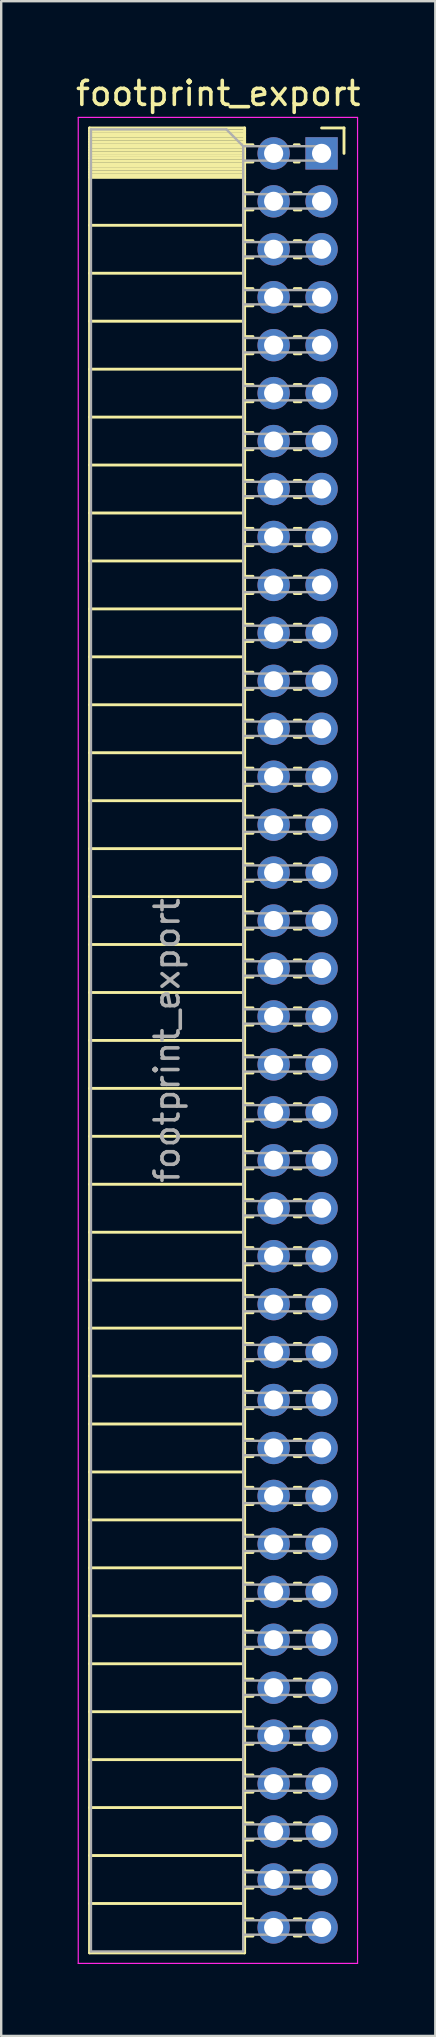
<source format=kicad_pcb>
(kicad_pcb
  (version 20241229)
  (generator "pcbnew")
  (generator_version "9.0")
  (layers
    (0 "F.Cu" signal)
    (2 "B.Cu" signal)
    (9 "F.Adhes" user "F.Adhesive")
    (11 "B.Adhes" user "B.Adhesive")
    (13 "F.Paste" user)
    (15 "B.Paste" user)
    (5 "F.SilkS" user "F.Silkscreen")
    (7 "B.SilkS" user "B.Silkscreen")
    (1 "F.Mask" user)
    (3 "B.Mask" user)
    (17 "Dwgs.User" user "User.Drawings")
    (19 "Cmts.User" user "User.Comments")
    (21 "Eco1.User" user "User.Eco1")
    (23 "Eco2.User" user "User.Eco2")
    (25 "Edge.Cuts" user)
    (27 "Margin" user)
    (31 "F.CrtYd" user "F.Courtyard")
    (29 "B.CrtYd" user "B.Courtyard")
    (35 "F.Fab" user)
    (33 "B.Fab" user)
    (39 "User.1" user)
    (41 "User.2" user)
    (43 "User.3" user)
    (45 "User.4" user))
  (footprint "footprint_export"
    (layer "F.Cu")
    (at 10.364 3.348)
    (property "Reference" "footprint_export" (at -4.31 -2.5 0) (layer "F.SilkS") (effects (font (size 1 1) (thickness 0.15))))
    (attr through_hole)
    (fp_line (start -9.68 -1.06) (end -9.68 75.06) (stroke (width 0.12) (type solid)) (layer "F.SilkS"))
    (fp_line (start -9.68 -1.06) (end -3.21 -1.06) (stroke (width 0.12) (type solid)) (layer "F.SilkS"))
    (fp_line (start -9.68 -0.94) (end -3.21 -0.94) (stroke (width 0.12) (type solid)) (layer "F.SilkS"))
    (fp_line (start -9.68 -0.826) (end -3.21 -0.826) (stroke (width 0.12) (type solid)) (layer "F.SilkS"))
    (fp_line (start -9.68 -0.712) (end -3.21 -0.712) (stroke (width 0.12) (type solid)) (layer "F.SilkS"))
    (fp_line (start -9.68 -0.598) (end -3.21 -0.598) (stroke (width 0.12) (type solid)) (layer "F.SilkS"))
    (fp_line (start -9.68 -0.484) (end -3.21 -0.484) (stroke (width 0.12) (type solid)) (layer "F.SilkS"))
    (fp_line (start -9.68 -0.369) (end -3.21 -0.369) (stroke (width 0.12) (type solid)) (layer "F.SilkS"))
    (fp_line (start -9.68 -0.255) (end -3.21 -0.255) (stroke (width 0.12) (type solid)) (layer "F.SilkS"))
    (fp_line (start -9.68 -0.141) (end -3.21 -0.141) (stroke (width 0.12) (type solid)) (layer "F.SilkS"))
    (fp_line (start -9.68 -0.027) (end -3.21 -0.027) (stroke (width 0.12) (type solid)) (layer "F.SilkS"))
    (fp_line (start -9.68 0.087) (end -3.21 0.087) (stroke (width 0.12) (type solid)) (layer "F.SilkS"))
    (fp_line (start -9.68 0.201) (end -3.21 0.201) (stroke (width 0.12) (type solid)) (layer "F.SilkS"))
    (fp_line (start -9.68 0.315) (end -3.21 0.315) (stroke (width 0.12) (type solid)) (layer "F.SilkS"))
    (fp_line (start -9.68 0.429) (end -3.21 0.429) (stroke (width 0.12) (type solid)) (layer "F.SilkS"))
    (fp_line (start -9.68 0.544) (end -3.21 0.544) (stroke (width 0.12) (type solid)) (layer "F.SilkS"))
    (fp_line (start -9.68 0.658) (end -3.21 0.658) (stroke (width 0.12) (type solid)) (layer "F.SilkS"))
    (fp_line (start -9.68 0.772) (end -3.21 0.772) (stroke (width 0.12) (type solid)) (layer "F.SilkS"))
    (fp_line (start -9.68 0.886) (end -3.21 0.886) (stroke (width 0.12) (type solid)) (layer "F.SilkS"))
    (fp_line (start -9.68 1) (end -3.21 1) (stroke (width 0.12) (type solid)) (layer "F.SilkS"))
    (fp_line (start -9.68 3) (end -3.21 3) (stroke (width 0.12) (type solid)) (layer "F.SilkS"))
    (fp_line (start -9.68 5) (end -3.21 5) (stroke (width 0.12) (type solid)) (layer "F.SilkS"))
    (fp_line (start -9.68 7) (end -3.21 7) (stroke (width 0.12) (type solid)) (layer "F.SilkS"))
    (fp_line (start -9.68 9) (end -3.21 9) (stroke (width 0.12) (type solid)) (layer "F.SilkS"))
    (fp_line (start -9.68 11) (end -3.21 11) (stroke (width 0.12) (type solid)) (layer "F.SilkS"))
    (fp_line (start -9.68 13) (end -3.21 13) (stroke (width 0.12) (type solid)) (layer "F.SilkS"))
    (fp_line (start -9.68 15) (end -3.21 15) (stroke (width 0.12) (type solid)) (layer "F.SilkS"))
    (fp_line (start -9.68 17) (end -3.21 17) (stroke (width 0.12) (type solid)) (layer "F.SilkS"))
    (fp_line (start -9.68 19) (end -3.21 19) (stroke (width 0.12) (type solid)) (layer "F.SilkS"))
    (fp_line (start -9.68 21) (end -3.21 21) (stroke (width 0.12) (type solid)) (layer "F.SilkS"))
    (fp_line (start -9.68 23) (end -3.21 23) (stroke (width 0.12) (type solid)) (layer "F.SilkS"))
    (fp_line (start -9.68 25) (end -3.21 25) (stroke (width 0.12) (type solid)) (layer "F.SilkS"))
    (fp_line (start -9.68 27) (end -3.21 27) (stroke (width 0.12) (type solid)) (layer "F.SilkS"))
    (fp_line (start -9.68 29) (end -3.21 29) (stroke (width 0.12) (type solid)) (layer "F.SilkS"))
    (fp_line (start -9.68 31) (end -3.21 31) (stroke (width 0.12) (type solid)) (layer "F.SilkS"))
    (fp_line (start -9.68 33) (end -3.21 33) (stroke (width 0.12) (type solid)) (layer "F.SilkS"))
    (fp_line (start -9.68 35) (end -3.21 35) (stroke (width 0.12) (type solid)) (layer "F.SilkS"))
    (fp_line (start -9.68 37) (end -3.21 37) (stroke (width 0.12) (type solid)) (layer "F.SilkS"))
    (fp_line (start -9.68 39) (end -3.21 39) (stroke (width 0.12) (type solid)) (layer "F.SilkS"))
    (fp_line (start -9.68 41) (end -3.21 41) (stroke (width 0.12) (type solid)) (layer "F.SilkS"))
    (fp_line (start -9.68 43) (end -3.21 43) (stroke (width 0.12) (type solid)) (layer "F.SilkS"))
    (fp_line (start -9.68 45) (end -3.21 45) (stroke (width 0.12) (type solid)) (layer "F.SilkS"))
    (fp_line (start -9.68 47) (end -3.21 47) (stroke (width 0.12) (type solid)) (layer "F.SilkS"))
    (fp_line (start -9.68 49) (end -3.21 49) (stroke (width 0.12) (type solid)) (layer "F.SilkS"))
    (fp_line (start -9.68 51) (end -3.21 51) (stroke (width 0.12) (type solid)) (layer "F.SilkS"))
    (fp_line (start -9.68 53) (end -3.21 53) (stroke (width 0.12) (type solid)) (layer "F.SilkS"))
    (fp_line (start -9.68 55) (end -3.21 55) (stroke (width 0.12) (type solid)) (layer "F.SilkS"))
    (fp_line (start -9.68 57) (end -3.21 57) (stroke (width 0.12) (type solid)) (layer "F.SilkS"))
    (fp_line (start -9.68 59) (end -3.21 59) (stroke (width 0.12) (type solid)) (layer "F.SilkS"))
    (fp_line (start -9.68 61) (end -3.21 61) (stroke (width 0.12) (type solid)) (layer "F.SilkS"))
    (fp_line (start -9.68 63) (end -3.21 63) (stroke (width 0.12) (type solid)) (layer "F.SilkS"))
    (fp_line (start -9.68 65) (end -3.21 65) (stroke (width 0.12) (type solid)) (layer "F.SilkS"))
    (fp_line (start -9.68 67) (end -3.21 67) (stroke (width 0.12) (type solid)) (layer "F.SilkS"))
    (fp_line (start -9.68 69) (end -3.21 69) (stroke (width 0.12) (type solid)) (layer "F.SilkS"))
    (fp_line (start -9.68 71) (end -3.21 71) (stroke (width 0.12) (type solid)) (layer "F.SilkS"))
    (fp_line (start -9.68 73) (end -3.21 73) (stroke (width 0.12) (type solid)) (layer "F.SilkS"))
    (fp_line (start -9.68 75.06) (end -3.21 75.06) (stroke (width 0.12) (type solid)) (layer "F.SilkS"))
    (fp_line (start -3.21 -1.06) (end -3.21 75.06) (stroke (width 0.12) (type solid)) (layer "F.SilkS"))
    (fp_line (start -3.21 -0.36) (end -2.863 -0.36) (stroke (width 0.12) (type solid)) (layer "F.SilkS"))
    (fp_line (start -3.21 0.36) (end -2.863 0.36) (stroke (width 0.12) (type solid)) (layer "F.SilkS"))
    (fp_line (start -3.21 1.64) (end -2.863 1.64) (stroke (width 0.12) (type solid)) (layer "F.SilkS"))
    (fp_line (start -3.21 2.36) (end -2.863 2.36) (stroke (width 0.12) (type solid)) (layer "F.SilkS"))
    (fp_line (start -3.21 3.64) (end -2.863 3.64) (stroke (width 0.12) (type solid)) (layer "F.SilkS"))
    (fp_line (start -3.21 4.36) (end -2.863 4.36) (stroke (width 0.12) (type solid)) (layer "F.SilkS"))
    (fp_line (start -3.21 5.64) (end -2.863 5.64) (stroke (width 0.12) (type solid)) (layer "F.SilkS"))
    (fp_line (start -3.21 6.36) (end -2.863 6.36) (stroke (width 0.12) (type solid)) (layer "F.SilkS"))
    (fp_line (start -3.21 7.64) (end -2.863 7.64) (stroke (width 0.12) (type solid)) (layer "F.SilkS"))
    (fp_line (start -3.21 8.36) (end -2.863 8.36) (stroke (width 0.12) (type solid)) (layer "F.SilkS"))
    (fp_line (start -3.21 9.64) (end -2.863 9.64) (stroke (width 0.12) (type solid)) (layer "F.SilkS"))
    (fp_line (start -3.21 10.36) (end -2.863 10.36) (stroke (width 0.12) (type solid)) (layer "F.SilkS"))
    (fp_line (start -3.21 11.64) (end -2.863 11.64) (stroke (width 0.12) (type solid)) (layer "F.SilkS"))
    (fp_line (start -3.21 12.36) (end -2.863 12.36) (stroke (width 0.12) (type solid)) (layer "F.SilkS"))
    (fp_line (start -3.21 13.64) (end -2.863 13.64) (stroke (width 0.12) (type solid)) (layer "F.SilkS"))
    (fp_line (start -3.21 14.36) (end -2.863 14.36) (stroke (width 0.12) (type solid)) (layer "F.SilkS"))
    (fp_line (start -3.21 15.64) (end -2.863 15.64) (stroke (width 0.12) (type solid)) (layer "F.SilkS"))
    (fp_line (start -3.21 16.36) (end -2.863 16.36) (stroke (width 0.12) (type solid)) (layer "F.SilkS"))
    (fp_line (start -3.21 17.64) (end -2.863 17.64) (stroke (width 0.12) (type solid)) (layer "F.SilkS"))
    (fp_line (start -3.21 18.36) (end -2.863 18.36) (stroke (width 0.12) (type solid)) (layer "F.SilkS"))
    (fp_line (start -3.21 19.64) (end -2.863 19.64) (stroke (width 0.12) (type solid)) (layer "F.SilkS"))
    (fp_line (start -3.21 20.36) (end -2.863 20.36) (stroke (width 0.12) (type solid)) (layer "F.SilkS"))
    (fp_line (start -3.21 21.64) (end -2.863 21.64) (stroke (width 0.12) (type solid)) (layer "F.SilkS"))
    (fp_line (start -3.21 22.36) (end -2.863 22.36) (stroke (width 0.12) (type solid)) (layer "F.SilkS"))
    (fp_line (start -3.21 23.64) (end -2.863 23.64) (stroke (width 0.12) (type solid)) (layer "F.SilkS"))
    (fp_line (start -3.21 24.36) (end -2.863 24.36) (stroke (width 0.12) (type solid)) (layer "F.SilkS"))
    (fp_line (start -3.21 25.64) (end -2.863 25.64) (stroke (width 0.12) (type solid)) (layer "F.SilkS"))
    (fp_line (start -3.21 26.36) (end -2.863 26.36) (stroke (width 0.12) (type solid)) (layer "F.SilkS"))
    (fp_line (start -3.21 27.64) (end -2.863 27.64) (stroke (width 0.12) (type solid)) (layer "F.SilkS"))
    (fp_line (start -3.21 28.36) (end -2.863 28.36) (stroke (width 0.12) (type solid)) (layer "F.SilkS"))
    (fp_line (start -3.21 29.64) (end -2.863 29.64) (stroke (width 0.12) (type solid)) (layer "F.SilkS"))
    (fp_line (start -3.21 30.36) (end -2.863 30.36) (stroke (width 0.12) (type solid)) (layer "F.SilkS"))
    (fp_line (start -3.21 31.64) (end -2.863 31.64) (stroke (width 0.12) (type solid)) (layer "F.SilkS"))
    (fp_line (start -3.21 32.36) (end -2.863 32.36) (stroke (width 0.12) (type solid)) (layer "F.SilkS"))
    (fp_line (start -3.21 33.64) (end -2.863 33.64) (stroke (width 0.12) (type solid)) (layer "F.SilkS"))
    (fp_line (start -3.21 34.36) (end -2.863 34.36) (stroke (width 0.12) (type solid)) (layer "F.SilkS"))
    (fp_line (start -3.21 35.64) (end -2.863 35.64) (stroke (width 0.12) (type solid)) (layer "F.SilkS"))
    (fp_line (start -3.21 36.36) (end -2.863 36.36) (stroke (width 0.12) (type solid)) (layer "F.SilkS"))
    (fp_line (start -3.21 37.64) (end -2.863 37.64) (stroke (width 0.12) (type solid)) (layer "F.SilkS"))
    (fp_line (start -3.21 38.36) (end -2.863 38.36) (stroke (width 0.12) (type solid)) (layer "F.SilkS"))
    (fp_line (start -3.21 39.64) (end -2.863 39.64) (stroke (width 0.12) (type solid)) (layer "F.SilkS"))
    (fp_line (start -3.21 40.36) (end -2.863 40.36) (stroke (width 0.12) (type solid)) (layer "F.SilkS"))
    (fp_line (start -3.21 41.64) (end -2.863 41.64) (stroke (width 0.12) (type solid)) (layer "F.SilkS"))
    (fp_line (start -3.21 42.36) (end -2.863 42.36) (stroke (width 0.12) (type solid)) (layer "F.SilkS"))
    (fp_line (start -3.21 43.64) (end -2.863 43.64) (stroke (width 0.12) (type solid)) (layer "F.SilkS"))
    (fp_line (start -3.21 44.36) (end -2.863 44.36) (stroke (width 0.12) (type solid)) (layer "F.SilkS"))
    (fp_line (start -3.21 45.64) (end -2.863 45.64) (stroke (width 0.12) (type solid)) (layer "F.SilkS"))
    (fp_line (start -3.21 46.36) (end -2.863 46.36) (stroke (width 0.12) (type solid)) (layer "F.SilkS"))
    (fp_line (start -3.21 47.64) (end -2.863 47.64) (stroke (width 0.12) (type solid)) (layer "F.SilkS"))
    (fp_line (start -3.21 48.36) (end -2.863 48.36) (stroke (width 0.12) (type solid)) (layer "F.SilkS"))
    (fp_line (start -3.21 49.64) (end -2.863 49.64) (stroke (width 0.12) (type solid)) (layer "F.SilkS"))
    (fp_line (start -3.21 50.36) (end -2.863 50.36) (stroke (width 0.12) (type solid)) (layer "F.SilkS"))
    (fp_line (start -3.21 51.64) (end -2.863 51.64) (stroke (width 0.12) (type solid)) (layer "F.SilkS"))
    (fp_line (start -3.21 52.36) (end -2.863 52.36) (stroke (width 0.12) (type solid)) (layer "F.SilkS"))
    (fp_line (start -3.21 53.64) (end -2.863 53.64) (stroke (width 0.12) (type solid)) (layer "F.SilkS"))
    (fp_line (start -3.21 54.36) (end -2.863 54.36) (stroke (width 0.12) (type solid)) (layer "F.SilkS"))
    (fp_line (start -3.21 55.64) (end -2.863 55.64) (stroke (width 0.12) (type solid)) (layer "F.SilkS"))
    (fp_line (start -3.21 56.36) (end -2.863 56.36) (stroke (width 0.12) (type solid)) (layer "F.SilkS"))
    (fp_line (start -3.21 57.64) (end -2.863 57.64) (stroke (width 0.12) (type solid)) (layer "F.SilkS"))
    (fp_line (start -3.21 58.36) (end -2.863 58.36) (stroke (width 0.12) (type solid)) (layer "F.SilkS"))
    (fp_line (start -3.21 59.64) (end -2.863 59.64) (stroke (width 0.12) (type solid)) (layer "F.SilkS"))
    (fp_line (start -3.21 60.36) (end -2.863 60.36) (stroke (width 0.12) (type solid)) (layer "F.SilkS"))
    (fp_line (start -3.21 61.64) (end -2.863 61.64) (stroke (width 0.12) (type solid)) (layer "F.SilkS"))
    (fp_line (start -3.21 62.36) (end -2.863 62.36) (stroke (width 0.12) (type solid)) (layer "F.SilkS"))
    (fp_line (start -3.21 63.64) (end -2.863 63.64) (stroke (width 0.12) (type solid)) (layer "F.SilkS"))
    (fp_line (start -3.21 64.36) (end -2.863 64.36) (stroke (width 0.12) (type solid)) (layer "F.SilkS"))
    (fp_line (start -3.21 65.64) (end -2.863 65.64) (stroke (width 0.12) (type solid)) (layer "F.SilkS"))
    (fp_line (start -3.21 66.36) (end -2.863 66.36) (stroke (width 0.12) (type solid)) (layer "F.SilkS"))
    (fp_line (start -3.21 67.64) (end -2.863 67.64) (stroke (width 0.12) (type solid)) (layer "F.SilkS"))
    (fp_line (start -3.21 68.36) (end -2.863 68.36) (stroke (width 0.12) (type solid)) (layer "F.SilkS"))
    (fp_line (start -3.21 69.64) (end -2.863 69.64) (stroke (width 0.12) (type solid)) (layer "F.SilkS"))
    (fp_line (start -3.21 70.36) (end -2.863 70.36) (stroke (width 0.12) (type solid)) (layer "F.SilkS"))
    (fp_line (start -3.21 71.64) (end -2.863 71.64) (stroke (width 0.12) (type solid)) (layer "F.SilkS"))
    (fp_line (start -3.21 72.36) (end -2.863 72.36) (stroke (width 0.12) (type solid)) (layer "F.SilkS"))
    (fp_line (start -3.21 73.64) (end -2.863 73.64) (stroke (width 0.12) (type solid)) (layer "F.SilkS"))
    (fp_line (start -3.21 74.36) (end -2.863 74.36) (stroke (width 0.12) (type solid)) (layer "F.SilkS"))
    (fp_line (start -1.137 -0.36) (end -0.935 -0.36) (stroke (width 0.12) (type solid)) (layer "F.SilkS"))
    (fp_line (start -1.137 0.36) (end -0.935 0.36) (stroke (width 0.12) (type solid)) (layer "F.SilkS"))
    (fp_line (start -1.137 1.64) (end -0.863 1.64) (stroke (width 0.12) (type solid)) (layer "F.SilkS"))
    (fp_line (start -1.137 2.36) (end -0.863 2.36) (stroke (width 0.12) (type solid)) (layer "F.SilkS"))
    (fp_line (start -1.137 3.64) (end -0.863 3.64) (stroke (width 0.12) (type solid)) (layer "F.SilkS"))
    (fp_line (start -1.137 4.36) (end -0.863 4.36) (stroke (width 0.12) (type solid)) (layer "F.SilkS"))
    (fp_line (start -1.137 5.64) (end -0.863 5.64) (stroke (width 0.12) (type solid)) (layer "F.SilkS"))
    (fp_line (start -1.137 6.36) (end -0.863 6.36) (stroke (width 0.12) (type solid)) (layer "F.SilkS"))
    (fp_line (start -1.137 7.64) (end -0.863 7.64) (stroke (width 0.12) (type solid)) (layer "F.SilkS"))
    (fp_line (start -1.137 8.36) (end -0.863 8.36) (stroke (width 0.12) (type solid)) (layer "F.SilkS"))
    (fp_line (start -1.137 9.64) (end -0.863 9.64) (stroke (width 0.12) (type solid)) (layer "F.SilkS"))
    (fp_line (start -1.137 10.36) (end -0.863 10.36) (stroke (width 0.12) (type solid)) (layer "F.SilkS"))
    (fp_line (start -1.137 11.64) (end -0.863 11.64) (stroke (width 0.12) (type solid)) (layer "F.SilkS"))
    (fp_line (start -1.137 12.36) (end -0.863 12.36) (stroke (width 0.12) (type solid)) (layer "F.SilkS"))
    (fp_line (start -1.137 13.64) (end -0.863 13.64) (stroke (width 0.12) (type solid)) (layer "F.SilkS"))
    (fp_line (start -1.137 14.36) (end -0.863 14.36) (stroke (width 0.12) (type solid)) (layer "F.SilkS"))
    (fp_line (start -1.137 15.64) (end -0.863 15.64) (stroke (width 0.12) (type solid)) (layer "F.SilkS"))
    (fp_line (start -1.137 16.36) (end -0.863 16.36) (stroke (width 0.12) (type solid)) (layer "F.SilkS"))
    (fp_line (start -1.137 17.64) (end -0.863 17.64) (stroke (width 0.12) (type solid)) (layer "F.SilkS"))
    (fp_line (start -1.137 18.36) (end -0.863 18.36) (stroke (width 0.12) (type solid)) (layer "F.SilkS"))
    (fp_line (start -1.137 19.64) (end -0.863 19.64) (stroke (width 0.12) (type solid)) (layer "F.SilkS"))
    (fp_line (start -1.137 20.36) (end -0.863 20.36) (stroke (width 0.12) (type solid)) (layer "F.SilkS"))
    (fp_line (start -1.137 21.64) (end -0.863 21.64) (stroke (width 0.12) (type solid)) (layer "F.SilkS"))
    (fp_line (start -1.137 22.36) (end -0.863 22.36) (stroke (width 0.12) (type solid)) (layer "F.SilkS"))
    (fp_line (start -1.137 23.64) (end -0.863 23.64) (stroke (width 0.12) (type solid)) (layer "F.SilkS"))
    (fp_line (start -1.137 24.36) (end -0.863 24.36) (stroke (width 0.12) (type solid)) (layer "F.SilkS"))
    (fp_line (start -1.137 25.64) (end -0.863 25.64) (stroke (width 0.12) (type solid)) (layer "F.SilkS"))
    (fp_line (start -1.137 26.36) (end -0.863 26.36) (stroke (width 0.12) (type solid)) (layer "F.SilkS"))
    (fp_line (start -1.137 27.64) (end -0.863 27.64) (stroke (width 0.12) (type solid)) (layer "F.SilkS"))
    (fp_line (start -1.137 28.36) (end -0.863 28.36) (stroke (width 0.12) (type solid)) (layer "F.SilkS"))
    (fp_line (start -1.137 29.64) (end -0.863 29.64) (stroke (width 0.12) (type solid)) (layer "F.SilkS"))
    (fp_line (start -1.137 30.36) (end -0.863 30.36) (stroke (width 0.12) (type solid)) (layer "F.SilkS"))
    (fp_line (start -1.137 31.64) (end -0.863 31.64) (stroke (width 0.12) (type solid)) (layer "F.SilkS"))
    (fp_line (start -1.137 32.36) (end -0.863 32.36) (stroke (width 0.12) (type solid)) (layer "F.SilkS"))
    (fp_line (start -1.137 33.64) (end -0.863 33.64) (stroke (width 0.12) (type solid)) (layer "F.SilkS"))
    (fp_line (start -1.137 34.36) (end -0.863 34.36) (stroke (width 0.12) (type solid)) (layer "F.SilkS"))
    (fp_line (start -1.137 35.64) (end -0.863 35.64) (stroke (width 0.12) (type solid)) (layer "F.SilkS"))
    (fp_line (start -1.137 36.36) (end -0.863 36.36) (stroke (width 0.12) (type solid)) (layer "F.SilkS"))
    (fp_line (start -1.137 37.64) (end -0.863 37.64) (stroke (width 0.12) (type solid)) (layer "F.SilkS"))
    (fp_line (start -1.137 38.36) (end -0.863 38.36) (stroke (width 0.12) (type solid)) (layer "F.SilkS"))
    (fp_line (start -1.137 39.64) (end -0.863 39.64) (stroke (width 0.12) (type solid)) (layer "F.SilkS"))
    (fp_line (start -1.137 40.36) (end -0.863 40.36) (stroke (width 0.12) (type solid)) (layer "F.SilkS"))
    (fp_line (start -1.137 41.64) (end -0.863 41.64) (stroke (width 0.12) (type solid)) (layer "F.SilkS"))
    (fp_line (start -1.137 42.36) (end -0.863 42.36) (stroke (width 0.12) (type solid)) (layer "F.SilkS"))
    (fp_line (start -1.137 43.64) (end -0.863 43.64) (stroke (width 0.12) (type solid)) (layer "F.SilkS"))
    (fp_line (start -1.137 44.36) (end -0.863 44.36) (stroke (width 0.12) (type solid)) (layer "F.SilkS"))
    (fp_line (start -1.137 45.64) (end -0.863 45.64) (stroke (width 0.12) (type solid)) (layer "F.SilkS"))
    (fp_line (start -1.137 46.36) (end -0.863 46.36) (stroke (width 0.12) (type solid)) (layer "F.SilkS"))
    (fp_line (start -1.137 47.64) (end -0.863 47.64) (stroke (width 0.12) (type solid)) (layer "F.SilkS"))
    (fp_line (start -1.137 48.36) (end -0.863 48.36) (stroke (width 0.12) (type solid)) (layer "F.SilkS"))
    (fp_line (start -1.137 49.64) (end -0.863 49.64) (stroke (width 0.12) (type solid)) (layer "F.SilkS"))
    (fp_line (start -1.137 50.36) (end -0.863 50.36) (stroke (width 0.12) (type solid)) (layer "F.SilkS"))
    (fp_line (start -1.137 51.64) (end -0.863 51.64) (stroke (width 0.12) (type solid)) (layer "F.SilkS"))
    (fp_line (start -1.137 52.36) (end -0.863 52.36) (stroke (width 0.12) (type solid)) (layer "F.SilkS"))
    (fp_line (start -1.137 53.64) (end -0.863 53.64) (stroke (width 0.12) (type solid)) (layer "F.SilkS"))
    (fp_line (start -1.137 54.36) (end -0.863 54.36) (stroke (width 0.12) (type solid)) (layer "F.SilkS"))
    (fp_line (start -1.137 55.64) (end -0.863 55.64) (stroke (width 0.12) (type solid)) (layer "F.SilkS"))
    (fp_line (start -1.137 56.36) (end -0.863 56.36) (stroke (width 0.12) (type solid)) (layer "F.SilkS"))
    (fp_line (start -1.137 57.64) (end -0.863 57.64) (stroke (width 0.12) (type solid)) (layer "F.SilkS"))
    (fp_line (start -1.137 58.36) (end -0.863 58.36) (stroke (width 0.12) (type solid)) (layer "F.SilkS"))
    (fp_line (start -1.137 59.64) (end -0.863 59.64) (stroke (width 0.12) (type solid)) (layer "F.SilkS"))
    (fp_line (start -1.137 60.36) (end -0.863 60.36) (stroke (width 0.12) (type solid)) (layer "F.SilkS"))
    (fp_line (start -1.137 61.64) (end -0.863 61.64) (stroke (width 0.12) (type solid)) (layer "F.SilkS"))
    (fp_line (start -1.137 62.36) (end -0.863 62.36) (stroke (width 0.12) (type solid)) (layer "F.SilkS"))
    (fp_line (start -1.137 63.64) (end -0.863 63.64) (stroke (width 0.12) (type solid)) (layer "F.SilkS"))
    (fp_line (start -1.137 64.36) (end -0.863 64.36) (stroke (width 0.12) (type solid)) (layer "F.SilkS"))
    (fp_line (start -1.137 65.64) (end -0.863 65.64) (stroke (width 0.12) (type solid)) (layer "F.SilkS"))
    (fp_line (start -1.137 66.36) (end -0.863 66.36) (stroke (width 0.12) (type solid)) (layer "F.SilkS"))
    (fp_line (start -1.137 67.64) (end -0.863 67.64) (stroke (width 0.12) (type solid)) (layer "F.SilkS"))
    (fp_line (start -1.137 68.36) (end -0.863 68.36) (stroke (width 0.12) (type solid)) (layer "F.SilkS"))
    (fp_line (start -1.137 69.64) (end -0.863 69.64) (stroke (width 0.12) (type solid)) (layer "F.SilkS"))
    (fp_line (start -1.137 70.36) (end -0.863 70.36) (stroke (width 0.12) (type solid)) (layer "F.SilkS"))
    (fp_line (start -1.137 71.64) (end -0.863 71.64) (stroke (width 0.12) (type solid)) (layer "F.SilkS"))
    (fp_line (start -1.137 72.36) (end -0.863 72.36) (stroke (width 0.12) (type solid)) (layer "F.SilkS"))
    (fp_line (start -1.137 73.64) (end -0.863 73.64) (stroke (width 0.12) (type solid)) (layer "F.SilkS"))
    (fp_line (start -1.137 74.36) (end -0.863 74.36) (stroke (width 0.12) (type solid)) (layer "F.SilkS"))
    (fp_line (start 0 -1.06) (end 0.935 -1.06) (stroke (width 0.12) (type solid)) (layer "F.SilkS"))
    (fp_line (start 0.935 -1.06) (end 0.935 0) (stroke (width 0.12) (type solid)) (layer "F.SilkS"))
    (fp_line (start -10.15 -1.5) (end -10.15 75.5) (stroke (width 0.05) (type solid)) (layer "F.CrtYd"))
    (fp_line (start -10.15 75.5) (end 1.5 75.5) (stroke (width 0.05) (type solid)) (layer "F.CrtYd"))
    (fp_line (start 1.5 -1.5) (end -10.15 -1.5) (stroke (width 0.05) (type solid)) (layer "F.CrtYd"))
    (fp_line (start 1.5 75.5) (end 1.5 -1.5) (stroke (width 0.05) (type solid)) (layer "F.CrtYd"))
    (fp_line (start -9.62 -1) (end -3.97 -1) (stroke (width 0.1) (type solid)) (layer "F.Fab"))
    (fp_line (start -9.62 75) (end -9.62 -1) (stroke (width 0.1) (type solid)) (layer "F.Fab"))
    (fp_line (start -3.97 -1) (end -3.27 -0.3) (stroke (width 0.1) (type solid)) (layer "F.Fab"))
    (fp_line (start -3.27 -0.3) (end -3.27 75) (stroke (width 0.1) (type solid)) (layer "F.Fab"))
    (fp_line (start -3.27 0.3) (end 0 0.3) (stroke (width 0.1) (type solid)) (layer "F.Fab"))
    (fp_line (start -3.27 2.3) (end 0 2.3) (stroke (width 0.1) (type solid)) (layer "F.Fab"))
    (fp_line (start -3.27 4.3) (end 0 4.3) (stroke (width 0.1) (type solid)) (layer "F.Fab"))
    (fp_line (start -3.27 6.3) (end 0 6.3) (stroke (width 0.1) (type solid)) (layer "F.Fab"))
    (fp_line (start -3.27 8.3) (end 0 8.3) (stroke (width 0.1) (type solid)) (layer "F.Fab"))
    (fp_line (start -3.27 10.3) (end 0 10.3) (stroke (width 0.1) (type solid)) (layer "F.Fab"))
    (fp_line (start -3.27 12.3) (end 0 12.3) (stroke (width 0.1) (type solid)) (layer "F.Fab"))
    (fp_line (start -3.27 14.3) (end 0 14.3) (stroke (width 0.1) (type solid)) (layer "F.Fab"))
    (fp_line (start -3.27 16.3) (end 0 16.3) (stroke (width 0.1) (type solid)) (layer "F.Fab"))
    (fp_line (start -3.27 18.3) (end 0 18.3) (stroke (width 0.1) (type solid)) (layer "F.Fab"))
    (fp_line (start -3.27 20.3) (end 0 20.3) (stroke (width 0.1) (type solid)) (layer "F.Fab"))
    (fp_line (start -3.27 22.3) (end 0 22.3) (stroke (width 0.1) (type solid)) (layer "F.Fab"))
    (fp_line (start -3.27 24.3) (end 0 24.3) (stroke (width 0.1) (type solid)) (layer "F.Fab"))
    (fp_line (start -3.27 26.3) (end 0 26.3) (stroke (width 0.1) (type solid)) (layer "F.Fab"))
    (fp_line (start -3.27 28.3) (end 0 28.3) (stroke (width 0.1) (type solid)) (layer "F.Fab"))
    (fp_line (start -3.27 30.3) (end 0 30.3) (stroke (width 0.1) (type solid)) (layer "F.Fab"))
    (fp_line (start -3.27 32.3) (end 0 32.3) (stroke (width 0.1) (type solid)) (layer "F.Fab"))
    (fp_line (start -3.27 34.3) (end 0 34.3) (stroke (width 0.1) (type solid)) (layer "F.Fab"))
    (fp_line (start -3.27 36.3) (end 0 36.3) (stroke (width 0.1) (type solid)) (layer "F.Fab"))
    (fp_line (start -3.27 38.3) (end 0 38.3) (stroke (width 0.1) (type solid)) (layer "F.Fab"))
    (fp_line (start -3.27 40.3) (end 0 40.3) (stroke (width 0.1) (type solid)) (layer "F.Fab"))
    (fp_line (start -3.27 42.3) (end 0 42.3) (stroke (width 0.1) (type solid)) (layer "F.Fab"))
    (fp_line (start -3.27 44.3) (end 0 44.3) (stroke (width 0.1) (type solid)) (layer "F.Fab"))
    (fp_line (start -3.27 46.3) (end 0 46.3) (stroke (width 0.1) (type solid)) (layer "F.Fab"))
    (fp_line (start -3.27 48.3) (end 0 48.3) (stroke (width 0.1) (type solid)) (layer "F.Fab"))
    (fp_line (start -3.27 50.3) (end 0 50.3) (stroke (width 0.1) (type solid)) (layer "F.Fab"))
    (fp_line (start -3.27 52.3) (end 0 52.3) (stroke (width 0.1) (type solid)) (layer "F.Fab"))
    (fp_line (start -3.27 54.3) (end 0 54.3) (stroke (width 0.1) (type solid)) (layer "F.Fab"))
    (fp_line (start -3.27 56.3) (end 0 56.3) (stroke (width 0.1) (type solid)) (layer "F.Fab"))
    (fp_line (start -3.27 58.3) (end 0 58.3) (stroke (width 0.1) (type solid)) (layer "F.Fab"))
    (fp_line (start -3.27 60.3) (end 0 60.3) (stroke (width 0.1) (type solid)) (layer "F.Fab"))
    (fp_line (start -3.27 62.3) (end 0 62.3) (stroke (width 0.1) (type solid)) (layer "F.Fab"))
    (fp_line (start -3.27 64.3) (end 0 64.3) (stroke (width 0.1) (type solid)) (layer "F.Fab"))
    (fp_line (start -3.27 66.3) (end 0 66.3) (stroke (width 0.1) (type solid)) (layer "F.Fab"))
    (fp_line (start -3.27 68.3) (end 0 68.3) (stroke (width 0.1) (type solid)) (layer "F.Fab"))
    (fp_line (start -3.27 70.3) (end 0 70.3) (stroke (width 0.1) (type solid)) (layer "F.Fab"))
    (fp_line (start -3.27 72.3) (end 0 72.3) (stroke (width 0.1) (type solid)) (layer "F.Fab"))
    (fp_line (start -3.27 74.3) (end 0 74.3) (stroke (width 0.1) (type solid)) (layer "F.Fab"))
    (fp_line (start -3.27 75) (end -9.62 75) (stroke (width 0.1) (type solid)) (layer "F.Fab"))
    (fp_line (start 0 -0.3) (end -3.27 -0.3) (stroke (width 0.1) (type solid)) (layer "F.Fab"))
    (fp_line (start 0 0.3) (end 0 -0.3) (stroke (width 0.1) (type solid)) (layer "F.Fab"))
    (fp_line (start 0 1.7) (end -3.27 1.7) (stroke (width 0.1) (type solid)) (layer "F.Fab"))
    (fp_line (start 0 2.3) (end 0 1.7) (stroke (width 0.1) (type solid)) (layer "F.Fab"))
    (fp_line (start 0 3.7) (end -3.27 3.7) (stroke (width 0.1) (type solid)) (layer "F.Fab"))
    (fp_line (start 0 4.3) (end 0 3.7) (stroke (width 0.1) (type solid)) (layer "F.Fab"))
    (fp_line (start 0 5.7) (end -3.27 5.7) (stroke (width 0.1) (type solid)) (layer "F.Fab"))
    (fp_line (start 0 6.3) (end 0 5.7) (stroke (width 0.1) (type solid)) (layer "F.Fab"))
    (fp_line (start 0 7.7) (end -3.27 7.7) (stroke (width 0.1) (type solid)) (layer "F.Fab"))
    (fp_line (start 0 8.3) (end 0 7.7) (stroke (width 0.1) (type solid)) (layer "F.Fab"))
    (fp_line (start 0 9.7) (end -3.27 9.7) (stroke (width 0.1) (type solid)) (layer "F.Fab"))
    (fp_line (start 0 10.3) (end 0 9.7) (stroke (width 0.1) (type solid)) (layer "F.Fab"))
    (fp_line (start 0 11.7) (end -3.27 11.7) (stroke (width 0.1) (type solid)) (layer "F.Fab"))
    (fp_line (start 0 12.3) (end 0 11.7) (stroke (width 0.1) (type solid)) (layer "F.Fab"))
    (fp_line (start 0 13.7) (end -3.27 13.7) (stroke (width 0.1) (type solid)) (layer "F.Fab"))
    (fp_line (start 0 14.3) (end 0 13.7) (stroke (width 0.1) (type solid)) (layer "F.Fab"))
    (fp_line (start 0 15.7) (end -3.27 15.7) (stroke (width 0.1) (type solid)) (layer "F.Fab"))
    (fp_line (start 0 16.3) (end 0 15.7) (stroke (width 0.1) (type solid)) (layer "F.Fab"))
    (fp_line (start 0 17.7) (end -3.27 17.7) (stroke (width 0.1) (type solid)) (layer "F.Fab"))
    (fp_line (start 0 18.3) (end 0 17.7) (stroke (width 0.1) (type solid)) (layer "F.Fab"))
    (fp_line (start 0 19.7) (end -3.27 19.7) (stroke (width 0.1) (type solid)) (layer "F.Fab"))
    (fp_line (start 0 20.3) (end 0 19.7) (stroke (width 0.1) (type solid)) (layer "F.Fab"))
    (fp_line (start 0 21.7) (end -3.27 21.7) (stroke (width 0.1) (type solid)) (layer "F.Fab"))
    (fp_line (start 0 22.3) (end 0 21.7) (stroke (width 0.1) (type solid)) (layer "F.Fab"))
    (fp_line (start 0 23.7) (end -3.27 23.7) (stroke (width 0.1) (type solid)) (layer "F.Fab"))
    (fp_line (start 0 24.3) (end 0 23.7) (stroke (width 0.1) (type solid)) (layer "F.Fab"))
    (fp_line (start 0 25.7) (end -3.27 25.7) (stroke (width 0.1) (type solid)) (layer "F.Fab"))
    (fp_line (start 0 26.3) (end 0 25.7) (stroke (width 0.1) (type solid)) (layer "F.Fab"))
    (fp_line (start 0 27.7) (end -3.27 27.7) (stroke (width 0.1) (type solid)) (layer "F.Fab"))
    (fp_line (start 0 28.3) (end 0 27.7) (stroke (width 0.1) (type solid)) (layer "F.Fab"))
    (fp_line (start 0 29.7) (end -3.27 29.7) (stroke (width 0.1) (type solid)) (layer "F.Fab"))
    (fp_line (start 0 30.3) (end 0 29.7) (stroke (width 0.1) (type solid)) (layer "F.Fab"))
    (fp_line (start 0 31.7) (end -3.27 31.7) (stroke (width 0.1) (type solid)) (layer "F.Fab"))
    (fp_line (start 0 32.3) (end 0 31.7) (stroke (width 0.1) (type solid)) (layer "F.Fab"))
    (fp_line (start 0 33.7) (end -3.27 33.7) (stroke (width 0.1) (type solid)) (layer "F.Fab"))
    (fp_line (start 0 34.3) (end 0 33.7) (stroke (width 0.1) (type solid)) (layer "F.Fab"))
    (fp_line (start 0 35.7) (end -3.27 35.7) (stroke (width 0.1) (type solid)) (layer "F.Fab"))
    (fp_line (start 0 36.3) (end 0 35.7) (stroke (width 0.1) (type solid)) (layer "F.Fab"))
    (fp_line (start 0 37.7) (end -3.27 37.7) (stroke (width 0.1) (type solid)) (layer "F.Fab"))
    (fp_line (start 0 38.3) (end 0 37.7) (stroke (width 0.1) (type solid)) (layer "F.Fab"))
    (fp_line (start 0 39.7) (end -3.27 39.7) (stroke (width 0.1) (type solid)) (layer "F.Fab"))
    (fp_line (start 0 40.3) (end 0 39.7) (stroke (width 0.1) (type solid)) (layer "F.Fab"))
    (fp_line (start 0 41.7) (end -3.27 41.7) (stroke (width 0.1) (type solid)) (layer "F.Fab"))
    (fp_line (start 0 42.3) (end 0 41.7) (stroke (width 0.1) (type solid)) (layer "F.Fab"))
    (fp_line (start 0 43.7) (end -3.27 43.7) (stroke (width 0.1) (type solid)) (layer "F.Fab"))
    (fp_line (start 0 44.3) (end 0 43.7) (stroke (width 0.1) (type solid)) (layer "F.Fab"))
    (fp_line (start 0 45.7) (end -3.27 45.7) (stroke (width 0.1) (type solid)) (layer "F.Fab"))
    (fp_line (start 0 46.3) (end 0 45.7) (stroke (width 0.1) (type solid)) (layer "F.Fab"))
    (fp_line (start 0 47.7) (end -3.27 47.7) (stroke (width 0.1) (type solid)) (layer "F.Fab"))
    (fp_line (start 0 48.3) (end 0 47.7) (stroke (width 0.1) (type solid)) (layer "F.Fab"))
    (fp_line (start 0 49.7) (end -3.27 49.7) (stroke (width 0.1) (type solid)) (layer "F.Fab"))
    (fp_line (start 0 50.3) (end 0 49.7) (stroke (width 0.1) (type solid)) (layer "F.Fab"))
    (fp_line (start 0 51.7) (end -3.27 51.7) (stroke (width 0.1) (type solid)) (layer "F.Fab"))
    (fp_line (start 0 52.3) (end 0 51.7) (stroke (width 0.1) (type solid)) (layer "F.Fab"))
    (fp_line (start 0 53.7) (end -3.27 53.7) (stroke (width 0.1) (type solid)) (layer "F.Fab"))
    (fp_line (start 0 54.3) (end 0 53.7) (stroke (width 0.1) (type solid)) (layer "F.Fab"))
    (fp_line (start 0 55.7) (end -3.27 55.7) (stroke (width 0.1) (type solid)) (layer "F.Fab"))
    (fp_line (start 0 56.3) (end 0 55.7) (stroke (width 0.1) (type solid)) (layer "F.Fab"))
    (fp_line (start 0 57.7) (end -3.27 57.7) (stroke (width 0.1) (type solid)) (layer "F.Fab"))
    (fp_line (start 0 58.3) (end 0 57.7) (stroke (width 0.1) (type solid)) (layer "F.Fab"))
    (fp_line (start 0 59.7) (end -3.27 59.7) (stroke (width 0.1) (type solid)) (layer "F.Fab"))
    (fp_line (start 0 60.3) (end 0 59.7) (stroke (width 0.1) (type solid)) (layer "F.Fab"))
    (fp_line (start 0 61.7) (end -3.27 61.7) (stroke (width 0.1) (type solid)) (layer "F.Fab"))
    (fp_line (start 0 62.3) (end 0 61.7) (stroke (width 0.1) (type solid)) (layer "F.Fab"))
    (fp_line (start 0 63.7) (end -3.27 63.7) (stroke (width 0.1) (type solid)) (layer "F.Fab"))
    (fp_line (start 0 64.3) (end 0 63.7) (stroke (width 0.1) (type solid)) (layer "F.Fab"))
    (fp_line (start 0 65.7) (end -3.27 65.7) (stroke (width 0.1) (type solid)) (layer "F.Fab"))
    (fp_line (start 0 66.3) (end 0 65.7) (stroke (width 0.1) (type solid)) (layer "F.Fab"))
    (fp_line (start 0 67.7) (end -3.27 67.7) (stroke (width 0.1) (type solid)) (layer "F.Fab"))
    (fp_line (start 0 68.3) (end 0 67.7) (stroke (width 0.1) (type solid)) (layer "F.Fab"))
    (fp_line (start 0 69.7) (end -3.27 69.7) (stroke (width 0.1) (type solid)) (layer "F.Fab"))
    (fp_line (start 0 70.3) (end 0 69.7) (stroke (width 0.1) (type solid)) (layer "F.Fab"))
    (fp_line (start 0 71.7) (end -3.27 71.7) (stroke (width 0.1) (type solid)) (layer "F.Fab"))
    (fp_line (start 0 72.3) (end 0 71.7) (stroke (width 0.1) (type solid)) (layer "F.Fab"))
    (fp_line (start 0 73.7) (end -3.27 73.7) (stroke (width 0.1) (type solid)) (layer "F.Fab"))
    (fp_line (start 0 74.3) (end 0 73.7) (stroke (width 0.1) (type solid)) (layer "F.Fab"))
    (fp_text user "${REFERENCE}" (at -6.445 37 90) (layer "F.Fab") (effects (font (size 1 1) (thickness 0.15))))
    (pad "1" thru_hole rect (at 0 0) (size 1.35 1.35) (drill 0.8) (layers "*.Cu" "*.Mask"))
    (pad "2" thru_hole oval (at -2 0) (size 1.35 1.35) (drill 0.8) (layers "*.Cu" "*.Mask"))
    (pad "3" thru_hole oval (at 0 2) (size 1.35 1.35) (drill 0.8) (layers "*.Cu" "*.Mask"))
    (pad "4" thru_hole oval (at -2 2) (size 1.35 1.35) (drill 0.8) (layers "*.Cu" "*.Mask"))
    (pad "5" thru_hole oval (at 0 4) (size 1.35 1.35) (drill 0.8) (layers "*.Cu" "*.Mask"))
    (pad "6" thru_hole oval (at -2 4) (size 1.35 1.35) (drill 0.8) (layers "*.Cu" "*.Mask"))
    (pad "7" thru_hole oval (at 0 6) (size 1.35 1.35) (drill 0.8) (layers "*.Cu" "*.Mask"))
    (pad "8" thru_hole oval (at -2 6) (size 1.35 1.35) (drill 0.8) (layers "*.Cu" "*.Mask"))
    (pad "9" thru_hole oval (at 0 8) (size 1.35 1.35) (drill 0.8) (layers "*.Cu" "*.Mask"))
    (pad "10" thru_hole oval (at -2 8) (size 1.35 1.35) (drill 0.8) (layers "*.Cu" "*.Mask"))
    (pad "11" thru_hole oval (at 0 10) (size 1.35 1.35) (drill 0.8) (layers "*.Cu" "*.Mask"))
    (pad "12" thru_hole oval (at -2 10) (size 1.35 1.35) (drill 0.8) (layers "*.Cu" "*.Mask"))
    (pad "13" thru_hole oval (at 0 12) (size 1.35 1.35) (drill 0.8) (layers "*.Cu" "*.Mask"))
    (pad "14" thru_hole oval (at -2 12) (size 1.35 1.35) (drill 0.8) (layers "*.Cu" "*.Mask"))
    (pad "15" thru_hole oval (at 0 14) (size 1.35 1.35) (drill 0.8) (layers "*.Cu" "*.Mask"))
    (pad "16" thru_hole oval (at -2 14) (size 1.35 1.35) (drill 0.8) (layers "*.Cu" "*.Mask"))
    (pad "17" thru_hole oval (at 0 16) (size 1.35 1.35) (drill 0.8) (layers "*.Cu" "*.Mask"))
    (pad "18" thru_hole oval (at -2 16) (size 1.35 1.35) (drill 0.8) (layers "*.Cu" "*.Mask"))
    (pad "19" thru_hole oval (at 0 18) (size 1.35 1.35) (drill 0.8) (layers "*.Cu" "*.Mask"))
    (pad "20" thru_hole oval (at -2 18) (size 1.35 1.35) (drill 0.8) (layers "*.Cu" "*.Mask"))
    (pad "21" thru_hole oval (at 0 20) (size 1.35 1.35) (drill 0.8) (layers "*.Cu" "*.Mask"))
    (pad "22" thru_hole oval (at -2 20) (size 1.35 1.35) (drill 0.8) (layers "*.Cu" "*.Mask"))
    (pad "23" thru_hole oval (at 0 22) (size 1.35 1.35) (drill 0.8) (layers "*.Cu" "*.Mask"))
    (pad "24" thru_hole oval (at -2 22) (size 1.35 1.35) (drill 0.8) (layers "*.Cu" "*.Mask"))
    (pad "25" thru_hole oval (at 0 24) (size 1.35 1.35) (drill 0.8) (layers "*.Cu" "*.Mask"))
    (pad "26" thru_hole oval (at -2 24) (size 1.35 1.35) (drill 0.8) (layers "*.Cu" "*.Mask"))
    (pad "27" thru_hole oval (at 0 26) (size 1.35 1.35) (drill 0.8) (layers "*.Cu" "*.Mask"))
    (pad "28" thru_hole oval (at -2 26) (size 1.35 1.35) (drill 0.8) (layers "*.Cu" "*.Mask"))
    (pad "29" thru_hole oval (at 0 28) (size 1.35 1.35) (drill 0.8) (layers "*.Cu" "*.Mask"))
    (pad "30" thru_hole oval (at -2 28) (size 1.35 1.35) (drill 0.8) (layers "*.Cu" "*.Mask"))
    (pad "31" thru_hole oval (at 0 30) (size 1.35 1.35) (drill 0.8) (layers "*.Cu" "*.Mask"))
    (pad "32" thru_hole oval (at -2 30) (size 1.35 1.35) (drill 0.8) (layers "*.Cu" "*.Mask"))
    (pad "33" thru_hole oval (at 0 32) (size 1.35 1.35) (drill 0.8) (layers "*.Cu" "*.Mask"))
    (pad "34" thru_hole oval (at -2 32) (size 1.35 1.35) (drill 0.8) (layers "*.Cu" "*.Mask"))
    (pad "35" thru_hole oval (at 0 34) (size 1.35 1.35) (drill 0.8) (layers "*.Cu" "*.Mask"))
    (pad "36" thru_hole oval (at -2 34) (size 1.35 1.35) (drill 0.8) (layers "*.Cu" "*.Mask"))
    (pad "37" thru_hole oval (at 0 36) (size 1.35 1.35) (drill 0.8) (layers "*.Cu" "*.Mask"))
    (pad "38" thru_hole oval (at -2 36) (size 1.35 1.35) (drill 0.8) (layers "*.Cu" "*.Mask"))
    (pad "39" thru_hole oval (at 0 38) (size 1.35 1.35) (drill 0.8) (layers "*.Cu" "*.Mask"))
    (pad "40" thru_hole oval (at -2 38) (size 1.35 1.35) (drill 0.8) (layers "*.Cu" "*.Mask"))
    (pad "41" thru_hole oval (at 0 40) (size 1.35 1.35) (drill 0.8) (layers "*.Cu" "*.Mask"))
    (pad "42" thru_hole oval (at -2 40) (size 1.35 1.35) (drill 0.8) (layers "*.Cu" "*.Mask"))
    (pad "43" thru_hole oval (at 0 42) (size 1.35 1.35) (drill 0.8) (layers "*.Cu" "*.Mask"))
    (pad "44" thru_hole oval (at -2 42) (size 1.35 1.35) (drill 0.8) (layers "*.Cu" "*.Mask"))
    (pad "45" thru_hole oval (at 0 44) (size 1.35 1.35) (drill 0.8) (layers "*.Cu" "*.Mask"))
    (pad "46" thru_hole oval (at -2 44) (size 1.35 1.35) (drill 0.8) (layers "*.Cu" "*.Mask"))
    (pad "47" thru_hole oval (at 0 46) (size 1.35 1.35) (drill 0.8) (layers "*.Cu" "*.Mask"))
    (pad "48" thru_hole oval (at -2 46) (size 1.35 1.35) (drill 0.8) (layers "*.Cu" "*.Mask"))
    (pad "49" thru_hole oval (at 0 48) (size 1.35 1.35) (drill 0.8) (layers "*.Cu" "*.Mask"))
    (pad "50" thru_hole oval (at -2 48) (size 1.35 1.35) (drill 0.8) (layers "*.Cu" "*.Mask"))
    (pad "51" thru_hole oval (at 0 50) (size 1.35 1.35) (drill 0.8) (layers "*.Cu" "*.Mask"))
    (pad "52" thru_hole oval (at -2 50) (size 1.35 1.35) (drill 0.8) (layers "*.Cu" "*.Mask"))
    (pad "53" thru_hole oval (at 0 52) (size 1.35 1.35) (drill 0.8) (layers "*.Cu" "*.Mask"))
    (pad "54" thru_hole oval (at -2 52) (size 1.35 1.35) (drill 0.8) (layers "*.Cu" "*.Mask"))
    (pad "55" thru_hole oval (at 0 54) (size 1.35 1.35) (drill 0.8) (layers "*.Cu" "*.Mask"))
    (pad "56" thru_hole oval (at -2 54) (size 1.35 1.35) (drill 0.8) (layers "*.Cu" "*.Mask"))
    (pad "57" thru_hole oval (at 0 56) (size 1.35 1.35) (drill 0.8) (layers "*.Cu" "*.Mask"))
    (pad "58" thru_hole oval (at -2 56) (size 1.35 1.35) (drill 0.8) (layers "*.Cu" "*.Mask"))
    (pad "59" thru_hole oval (at 0 58) (size 1.35 1.35) (drill 0.8) (layers "*.Cu" "*.Mask"))
    (pad "60" thru_hole oval (at -2 58) (size 1.35 1.35) (drill 0.8) (layers "*.Cu" "*.Mask"))
    (pad "61" thru_hole oval (at 0 60) (size 1.35 1.35) (drill 0.8) (layers "*.Cu" "*.Mask"))
    (pad "62" thru_hole oval (at -2 60) (size 1.35 1.35) (drill 0.8) (layers "*.Cu" "*.Mask"))
    (pad "63" thru_hole oval (at 0 62) (size 1.35 1.35) (drill 0.8) (layers "*.Cu" "*.Mask"))
    (pad "64" thru_hole oval (at -2 62) (size 1.35 1.35) (drill 0.8) (layers "*.Cu" "*.Mask"))
    (pad "65" thru_hole oval (at 0 64) (size 1.35 1.35) (drill 0.8) (layers "*.Cu" "*.Mask"))
    (pad "66" thru_hole oval (at -2 64) (size 1.35 1.35) (drill 0.8) (layers "*.Cu" "*.Mask"))
    (pad "67" thru_hole oval (at 0 66) (size 1.35 1.35) (drill 0.8) (layers "*.Cu" "*.Mask"))
    (pad "68" thru_hole oval (at -2 66) (size 1.35 1.35) (drill 0.8) (layers "*.Cu" "*.Mask"))
    (pad "69" thru_hole oval (at 0 68) (size 1.35 1.35) (drill 0.8) (layers "*.Cu" "*.Mask"))
    (pad "70" thru_hole oval (at -2 68) (size 1.35 1.35) (drill 0.8) (layers "*.Cu" "*.Mask"))
    (pad "71" thru_hole oval (at 0 70) (size 1.35 1.35) (drill 0.8) (layers "*.Cu" "*.Mask"))
    (pad "72" thru_hole oval (at -2 70) (size 1.35 1.35) (drill 0.8) (layers "*.Cu" "*.Mask"))
    (pad "73" thru_hole oval (at 0 72) (size 1.35 1.35) (drill 0.8) (layers "*.Cu" "*.Mask"))
    (pad "74" thru_hole oval (at -2 72) (size 1.35 1.35) (drill 0.8) (layers "*.Cu" "*.Mask"))
    (pad "75" thru_hole oval (at 0 74) (size 1.35 1.35) (drill 0.8) (layers "*.Cu" "*.Mask"))
    (pad "76" thru_hole oval (at -2 74) (size 1.35 1.35) (drill 0.8) (layers "*.Cu" "*.Mask")))
  (gr_rect
    (start -3 -3)
    (end 15.107 81.873)
    (stroke (width 0.1) (type default))
    (fill no)
    (layer "Edge.Cuts")))
</source>
